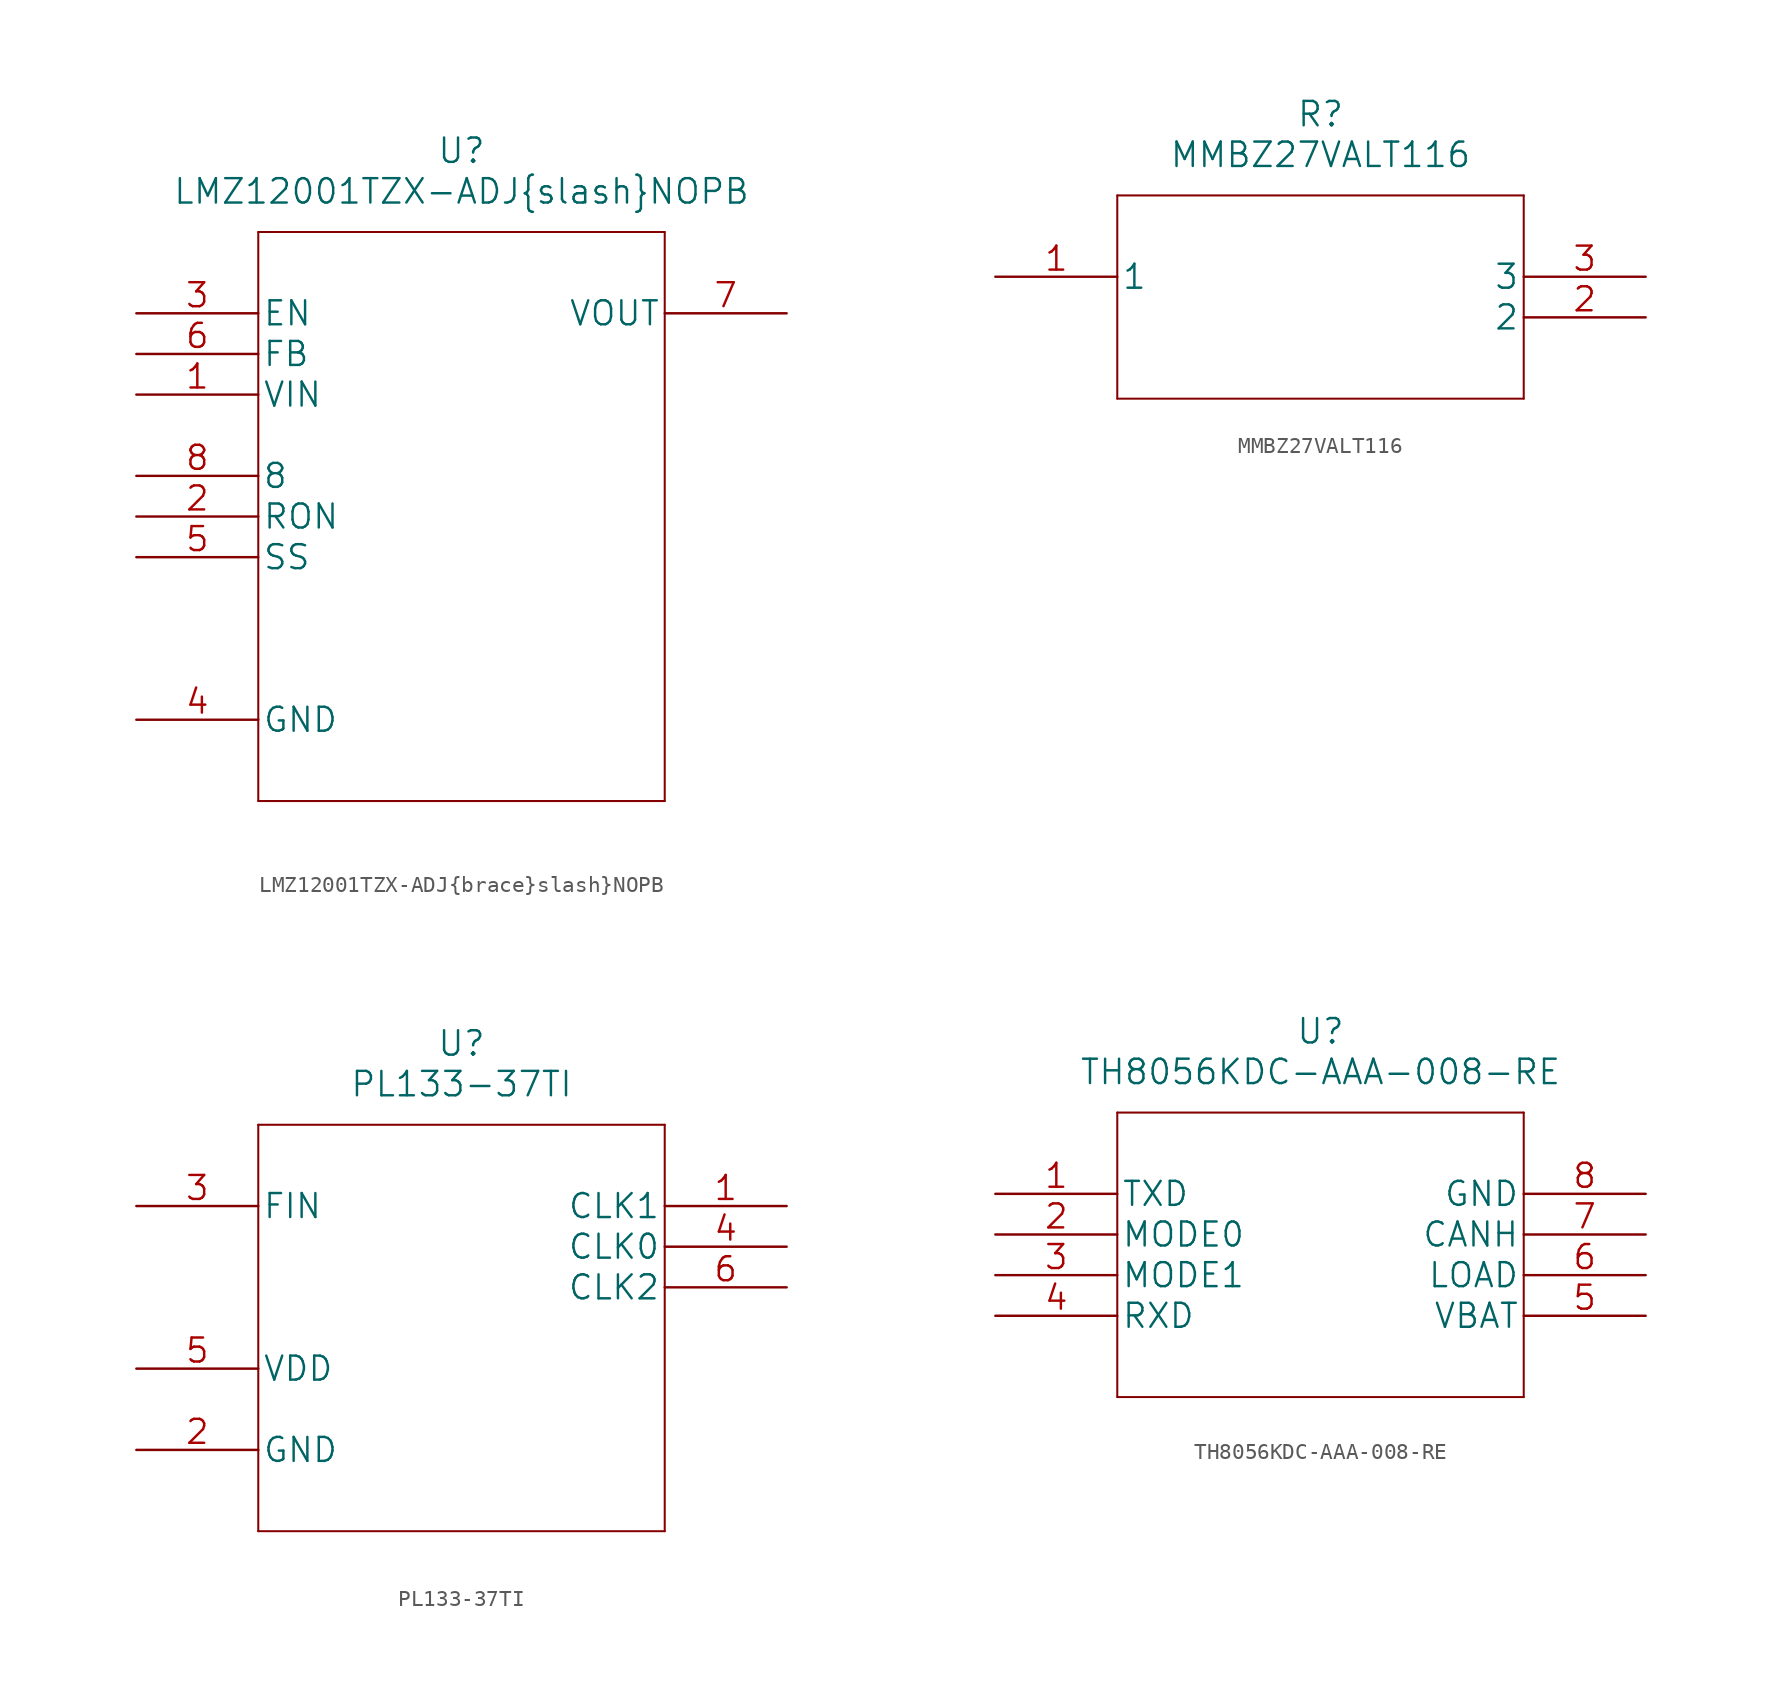
<source format=kicad_sym>
(kicad_symbol_lib
  (version 20211014)
  (generator kicad_symbol_editor)
  (symbol "LMZ12001TZX-ADJ{brace}slash}NOPB"
    (pin_names
      (offset 0.254))
    (property "Reference" "U"
      (at 20.32 10.16 0)
      (effects (font (size 1.524 1.524))))
    (property "Value" "LMZ12001TZX-ADJ{brace}slash}NOPB"
      (at 20.32 7.62 0)
      (effects (font (size 1.524 1.524))))
    (property "Datasheet" ""
      (at 0 0 0)
      (effects (font (size 1.524 1.524))))
    (property "ki_locked" ""
      (at 0 0 0)
      (effects (font (size 1.27 1.27))))
    (symbol "LMZ12001TZX-ADJ{brace}slash}NOPB_1_1"
      (polyline (pts (xy 7.62 -30.48) (xy 33.02 -30.48)) (stroke (width 0.127) (type default) (color 0 0 0 0)) (fill (type none)))
      (polyline (pts (xy 7.62 5.08) (xy 7.62 -30.48)) (stroke (width 0.127) (type default) (color 0 0 0 0)) (fill (type none)))
      (polyline (pts (xy 33.02 -30.48) (xy 33.02 5.08)) (stroke (width 0.127) (type default) (color 0 0 0 0)) (fill (type none)))
      (polyline (pts (xy 33.02 5.08) (xy 7.62 5.08)) (stroke (width 0.127) (type default) (color 0 0 0 0)) (fill (type none)))
      (pin input line (at 0 -5.08 0) (length 7.62) (name "VIN" (effects (font (size 1.499 1.499)))) (number "1" (effects (font (size 1.499 1.499)))))
      (pin unspecified line (at 0 -12.7 0) (length 7.62) (name "RON" (effects (font (size 1.499 1.499)))) (number "2" (effects (font (size 1.499 1.499)))))
      (pin input line (at 0 0 0) (length 7.62) (name "EN" (effects (font (size 1.499 1.499)))) (number "3" (effects (font (size 1.499 1.499)))))
      (pin power_in line (at 0 -25.4 0) (length 7.62) (name "GND" (effects (font (size 1.499 1.499)))) (number "4" (effects (font (size 1.499 1.499)))))
      (pin unspecified line (at 0 -15.24 0) (length 7.62) (name "SS" (effects (font (size 1.499 1.499)))) (number "5" (effects (font (size 1.499 1.499)))))
      (pin input line (at 0 -2.54 0) (length 7.62) (name "FB" (effects (font (size 1.499 1.499)))) (number "6" (effects (font (size 1.499 1.499)))))
      (pin output line (at 40.64 0 180) (length 7.62) (name "VOUT" (effects (font (size 1.499 1.499)))) (number "7" (effects (font (size 1.499 1.499)))))
      (pin unspecified line (at 0 -10.16 0) (length 7.62) (name "8" (effects (font (size 1.499 1.499)))) (number "8" (effects (font (size 1.499 1.499)))))))
  (symbol "MMBZ27VALT116"
    (pin_names
      (offset 0.254))
    (property "Reference" "R"
      (at 20.32 10.16 0)
      (effects (font (size 1.524 1.524))))
    (property "Value" "MMBZ27VALT116"
      (at 20.32 7.62 0)
      (effects (font (size 1.524 1.524))))
    (property "Datasheet" ""
      (at 0 0 0)
      (effects (font (size 1.524 1.524))))
    (symbol "MMBZ27VALT116_1_1"
      (polyline (pts (xy 7.62 -7.62) (xy 33.02 -7.62)) (stroke (width 0.127) (type default) (color 0 0 0 0)) (fill (type none)))
      (polyline (pts (xy 7.62 5.08) (xy 7.62 -7.62)) (stroke (width 0.127) (type default) (color 0 0 0 0)) (fill (type none)))
      (polyline (pts (xy 33.02 -7.62) (xy 33.02 5.08)) (stroke (width 0.127) (type default) (color 0 0 0 0)) (fill (type none)))
      (polyline (pts (xy 33.02 5.08) (xy 7.62 5.08)) (stroke (width 0.127) (type default) (color 0 0 0 0)) (fill (type none)))
      (pin unspecified line (at 0 0 0) (length 7.62) (name "1" (effects (font (size 1.499 1.499)))) (number "1" (effects (font (size 1.499 1.499)))))
      (pin unspecified line (at 40.64 -2.54 180) (length 7.62) (name "2" (effects (font (size 1.499 1.499)))) (number "2" (effects (font (size 1.499 1.499)))))
      (pin unspecified line (at 40.64 0 180) (length 7.62) (name "3" (effects (font (size 1.499 1.499)))) (number "3" (effects (font (size 1.499 1.499)))))))
  (symbol "PL133-37TI"
    (pin_names
      (offset 0.254))
    (property "Reference" "U"
      (at 20.32 10.16 0)
      (effects (font (size 1.524 1.524))))
    (property "Value" "PL133-37TI"
      (at 20.32 7.62 0)
      (effects (font (size 1.524 1.524))))
    (property "Datasheet" ""
      (at 0 0 0)
      (effects (font (size 1.524 1.524))))
    (property "ki_locked" ""
      (at 0 0 0)
      (effects (font (size 1.27 1.27))))
    (symbol "PL133-37TI_1_1"
      (polyline (pts (xy 7.62 -20.32) (xy 33.02 -20.32)) (stroke (width 0.127) (type default) (color 0 0 0 0)) (fill (type none)))
      (polyline (pts (xy 7.62 5.08) (xy 7.62 -20.32)) (stroke (width 0.127) (type default) (color 0 0 0 0)) (fill (type none)))
      (polyline (pts (xy 33.02 -20.32) (xy 33.02 5.08)) (stroke (width 0.127) (type default) (color 0 0 0 0)) (fill (type none)))
      (polyline (pts (xy 33.02 5.08) (xy 7.62 5.08)) (stroke (width 0.127) (type default) (color 0 0 0 0)) (fill (type none)))
      (pin output line (at 40.64 0 180) (length 7.62) (name "CLK1" (effects (font (size 1.499 1.499)))) (number "1" (effects (font (size 1.499 1.499)))))
      (pin power_in line (at 0 -15.24 0) (length 7.62) (name "GND" (effects (font (size 1.499 1.499)))) (number "2" (effects (font (size 1.499 1.499)))))
      (pin input line (at 0 0 0) (length 7.62) (name "FIN" (effects (font (size 1.499 1.499)))) (number "3" (effects (font (size 1.499 1.499)))))
      (pin output line (at 40.64 -2.54 180) (length 7.62) (name "CLK0" (effects (font (size 1.499 1.499)))) (number "4" (effects (font (size 1.499 1.499)))))
      (pin power_in line (at 0 -10.16 0) (length 7.62) (name "VDD" (effects (font (size 1.499 1.499)))) (number "5" (effects (font (size 1.499 1.499)))))
      (pin output line (at 40.64 -5.08 180) (length 7.62) (name "CLK2" (effects (font (size 1.499 1.499)))) (number "6" (effects (font (size 1.499 1.499)))))))
  (symbol "TH8056KDC-AAA-008-RE"
    (pin_names
      (offset 0.254))
    (property "Reference" "U"
      (at 20.32 10.16 0)
      (effects (font (size 1.524 1.524))))
    (property "Value" "TH8056KDC-AAA-008-RE"
      (at 20.32 7.62 0)
      (effects (font (size 1.524 1.524))))
    (property "Datasheet" ""
      (at 0 0 0)
      (effects (font (size 1.524 1.524))))
    (property "ki_locked" ""
      (at 0 0 0)
      (effects (font (size 1.27 1.27))))
    (symbol "TH8056KDC-AAA-008-RE_1_1"
      (polyline (pts (xy 7.62 -12.7) (xy 33.02 -12.7)) (stroke (width 0.127) (type default) (color 0 0 0 0)) (fill (type none)))
      (polyline (pts (xy 7.62 5.08) (xy 7.62 -12.7)) (stroke (width 0.127) (type default) (color 0 0 0 0)) (fill (type none)))
      (polyline (pts (xy 33.02 -12.7) (xy 33.02 5.08)) (stroke (width 0.127) (type default) (color 0 0 0 0)) (fill (type none)))
      (polyline (pts (xy 33.02 5.08) (xy 7.62 5.08)) (stroke (width 0.127) (type default) (color 0 0 0 0)) (fill (type none)))
      (pin unspecified line (at 0 0 0) (length 7.62) (name "TXD" (effects (font (size 1.499 1.499)))) (number "1" (effects (font (size 1.499 1.499)))))
      (pin unspecified line (at 0 -2.54 0) (length 7.62) (name "MODE0" (effects (font (size 1.499 1.499)))) (number "2" (effects (font (size 1.499 1.499)))))
      (pin unspecified line (at 0 -5.08 0) (length 7.62) (name "MODE1" (effects (font (size 1.499 1.499)))) (number "3" (effects (font (size 1.499 1.499)))))
      (pin unspecified line (at 0 -7.62 0) (length 7.62) (name "RXD" (effects (font (size 1.499 1.499)))) (number "4" (effects (font (size 1.499 1.499)))))
      (pin output line (at 40.64 -7.62 180) (length 7.62) (name "VBAT" (effects (font (size 1.499 1.499)))) (number "5" (effects (font (size 1.499 1.499)))))
      (pin unspecified line (at 40.64 -5.08 180) (length 7.62) (name "LOAD" (effects (font (size 1.499 1.499)))) (number "6" (effects (font (size 1.499 1.499)))))
      (pin unspecified line (at 40.64 -2.54 180) (length 7.62) (name "CANH" (effects (font (size 1.499 1.499)))) (number "7" (effects (font (size 1.499 1.499)))))
      (pin power_in line (at 40.64 0 180) (length 7.62) (name "GND" (effects (font (size 1.499 1.499)))) (number "8" (effects (font (size 1.499 1.499))))))))
</source>
